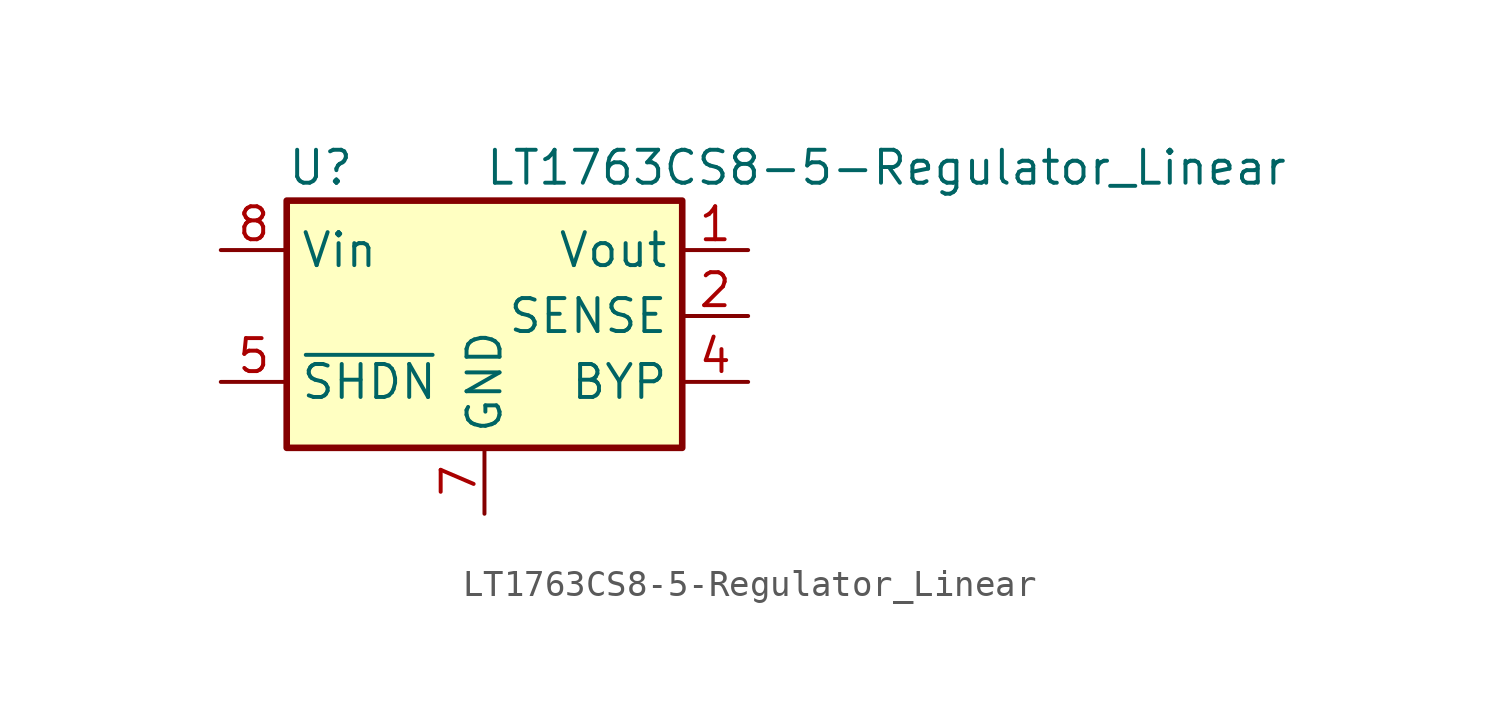
<source format=kicad_sym>
(kicad_symbol_lib
  (version 20211014)
  (generator kicad_symbol_editor)
  (symbol "LT1763CS8-5-Regulator_Linear"
    (property "Reference" "U"
      (at -7.62 5.715 0)
      (effects (font (size 1.27 1.27)) (justify left)))
    (property "Value" "LT1763CS8-5-Regulator_Linear"
      (at 0 5.715 0)
      (effects (font (size 1.27 1.27)) (justify left)))
    (symbol "LT1763CS8-5-Regulator_Linear_0_1"
      (rectangle (start -7.62 4.445) (end 7.62 -5.08) (stroke (width 0.254) (type default) (color 0 0 0 0)) (fill (type background))))
    (symbol "LT1763CS8-5-Regulator_Linear_1_1"
      (pin output line (at 10.16 2.54 180) (length 2.54) (name "Vout" (effects (font (size 1.27 1.27)))) (number "1" (effects (font (size 1.27 1.27)))))
      (pin power_in line (at 10.16 0 180) (length 2.54) (name "SENSE" (effects (font (size 1.27 1.27)))) (number "2" (effects (font (size 1.27 1.27)))))
      (pin power_in line (at -2.54 -5.08 90) (length 0) hide (name "GND" (effects (font (size 1.27 1.27)))) (number "3" (effects (font (size 1.27 1.27)))))
      (pin passive line (at 10.16 -2.54 180) (length 2.54) (name "BYP" (effects (font (size 1.27 1.27)))) (number "4" (effects (font (size 1.27 1.27)))))
      (pin input line (at -10.16 -2.54 0) (length 2.54) (name "~{SHDN}" (effects (font (size 1.27 1.27)))) (number "5" (effects (font (size 1.27 1.27)))))
      (pin power_in line (at 2.54 -5.08 90) (length 0) hide (name "GND" (effects (font (size 1.27 1.27)))) (number "6" (effects (font (size 1.27 1.27)))))
      (pin power_in line (at 0 -7.62 90) (length 2.54) (name "GND" (effects (font (size 1.27 1.27)))) (number "7" (effects (font (size 1.27 1.27)))))
      (pin power_in line (at -10.16 2.54 0) (length 2.54) (name "Vin" (effects (font (size 1.27 1.27)))) (number "8" (effects (font (size 1.27 1.27))))))))
</source>
